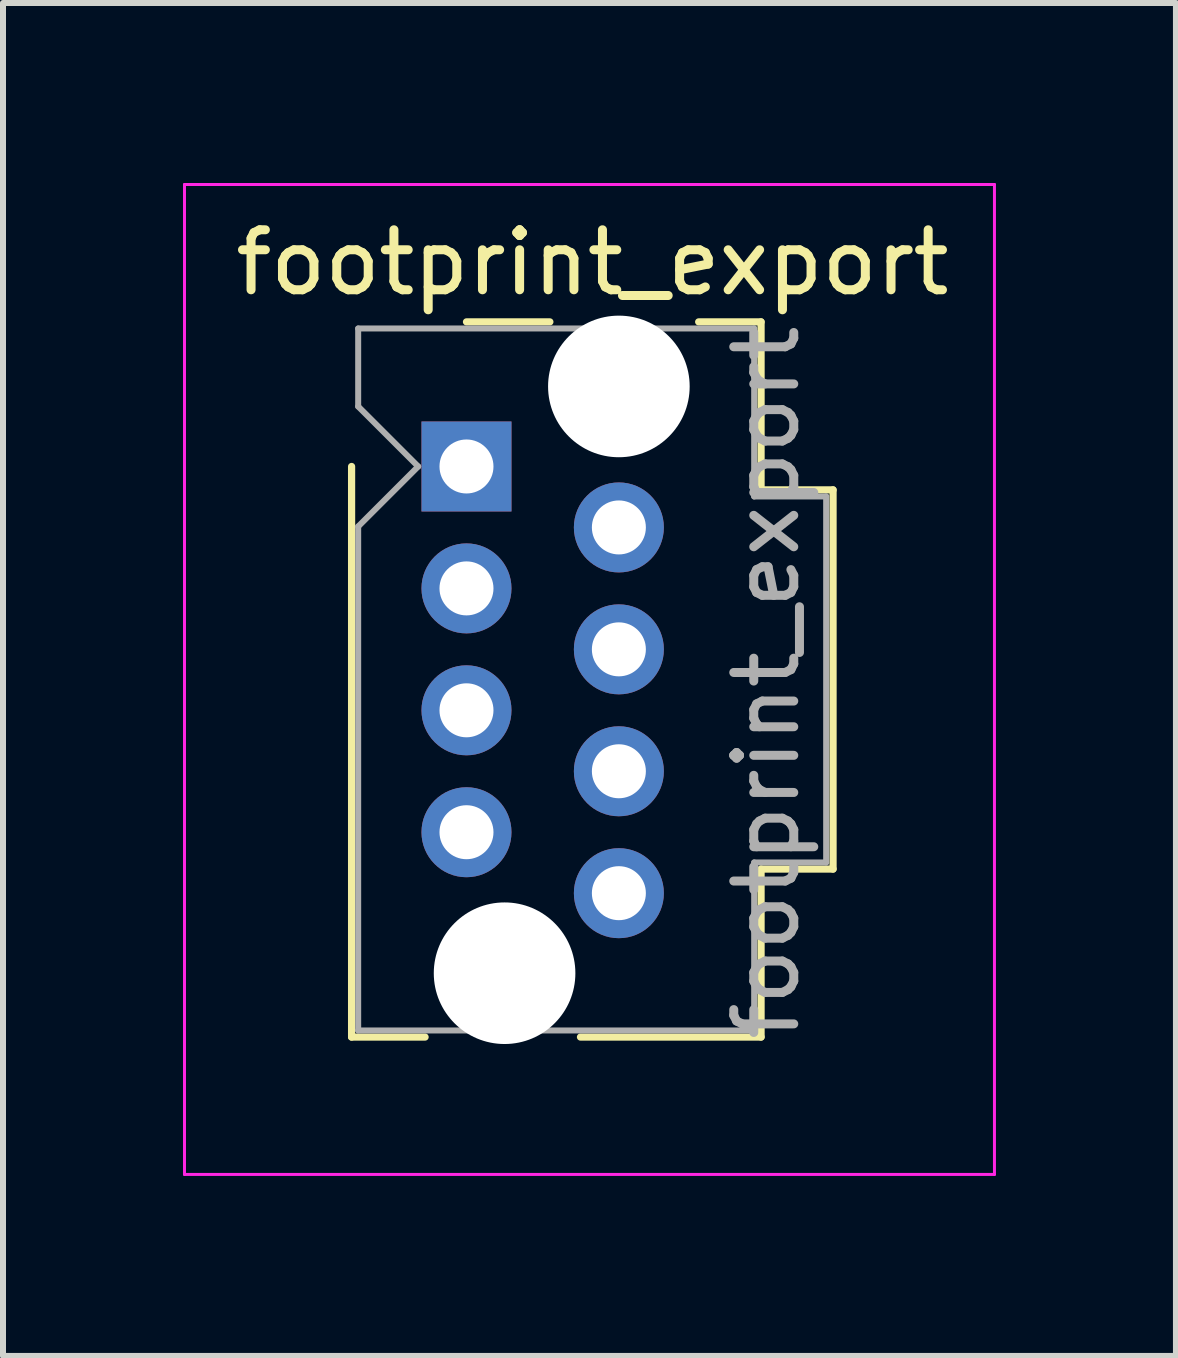
<source format=kicad_pcb>
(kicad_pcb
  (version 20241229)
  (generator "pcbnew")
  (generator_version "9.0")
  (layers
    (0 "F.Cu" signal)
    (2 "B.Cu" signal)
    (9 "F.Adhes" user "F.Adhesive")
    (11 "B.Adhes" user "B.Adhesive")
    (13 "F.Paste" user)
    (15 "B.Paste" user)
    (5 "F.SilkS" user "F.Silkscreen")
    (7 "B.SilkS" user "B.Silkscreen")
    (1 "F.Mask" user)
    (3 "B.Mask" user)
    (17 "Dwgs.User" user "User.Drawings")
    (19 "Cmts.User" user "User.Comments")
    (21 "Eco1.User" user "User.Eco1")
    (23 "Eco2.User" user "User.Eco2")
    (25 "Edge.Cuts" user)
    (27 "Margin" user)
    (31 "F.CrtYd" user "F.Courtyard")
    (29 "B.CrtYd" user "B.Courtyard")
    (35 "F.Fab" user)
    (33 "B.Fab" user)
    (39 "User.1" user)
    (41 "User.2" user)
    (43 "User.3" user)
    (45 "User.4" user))
  (footprint "footprint_export"
    (layer "F.Cu")
    (at 4.725 4.725)
    (property "Reference" "footprint_export" (at 2.1 -3.4 0) (layer "F.SilkS") (effects (font (size 1 1) (thickness 0.15))))
    (attr through_hole)
    (fp_line (start -1.915 9.51) (end -1.915 0) (stroke (width 0.12) (type solid)) (layer "F.SilkS"))
    (fp_line (start -1.915 9.51) (end -0.69 9.51) (stroke (width 0.12) (type solid)) (layer "F.SilkS"))
    (fp_line (start 1.39 -2.41) (end 0 -2.41) (stroke (width 0.12) (type solid)) (layer "F.SilkS"))
    (fp_line (start 4.91 -2.41) (end 3.87 -2.41) (stroke (width 0.12) (type solid)) (layer "F.SilkS"))
    (fp_line (start 4.91 -2.41) (end 4.91 0.39) (stroke (width 0.12) (type solid)) (layer "F.SilkS"))
    (fp_line (start 4.91 0.39) (end 6.11 0.39) (stroke (width 0.12) (type solid)) (layer "F.SilkS"))
    (fp_line (start 4.91 6.71) (end 4.91 9.51) (stroke (width 0.12) (type solid)) (layer "F.SilkS"))
    (fp_line (start 4.91 9.51) (end 1.9 9.51) (stroke (width 0.12) (type solid)) (layer "F.SilkS"))
    (fp_line (start 6.11 0.39) (end 6.11 6.71) (stroke (width 0.12) (type solid)) (layer "F.SilkS"))
    (fp_line (start 6.11 6.71) (end 4.91 6.71) (stroke (width 0.12) (type solid)) (layer "F.SilkS"))
    (fp_line (start -4.7 -4.7) (end -4.7 11.8) (stroke (width 0.05) (type solid)) (layer "F.CrtYd"))
    (fp_line (start -4.7 11.8) (end 8.8 11.8) (stroke (width 0.05) (type solid)) (layer "F.CrtYd"))
    (fp_line (start 8.8 -4.7) (end -4.7 -4.7) (stroke (width 0.05) (type solid)) (layer "F.CrtYd"))
    (fp_line (start 8.8 11.8) (end 8.8 -4.7) (stroke (width 0.05) (type solid)) (layer "F.CrtYd"))
    (fp_line (start -1.805 -2.3) (end 4.795 -2.3) (stroke (width 0.1) (type solid)) (layer "F.Fab"))
    (fp_line (start -1.805 -1) (end -1.805 -2.3) (stroke (width 0.1) (type solid)) (layer "F.Fab"))
    (fp_line (start -1.805 1) (end -0.805 0) (stroke (width 0.1) (type solid)) (layer "F.Fab"))
    (fp_line (start -1.805 9.4) (end -1.805 1) (stroke (width 0.1) (type solid)) (layer "F.Fab"))
    (fp_line (start -0.805 0) (end -1.805 -1) (stroke (width 0.1) (type solid)) (layer "F.Fab"))
    (fp_line (start 4.795 -2.3) (end 4.795 0.5) (stroke (width 0.1) (type solid)) (layer "F.Fab"))
    (fp_line (start 4.795 0.5) (end 5.995 0.5) (stroke (width 0.1) (type solid)) (layer "F.Fab"))
    (fp_line (start 4.795 6.6) (end 4.795 9.4) (stroke (width 0.1) (type solid)) (layer "F.Fab"))
    (fp_line (start 4.795 9.4) (end -1.805 9.4) (stroke (width 0.1) (type solid)) (layer "F.Fab"))
    (fp_line (start 5.995 0.5) (end 5.995 6.6) (stroke (width 0.1) (type solid)) (layer "F.Fab"))
    (fp_line (start 5.995 6.6) (end 4.795 6.6) (stroke (width 0.1) (type solid)) (layer "F.Fab"))
    (fp_text user "${REFERENCE}" (at 5 3.6 90) (layer "F.Fab") (effects (font (size 1 1) (thickness 0.15))))
    (pad "" np_thru_hole circle (at 0.635 8.446 270) (size 2.36 2.36) (drill 2.36) (layers "*.Cu" "*.Mask"))
    (pad "" np_thru_hole circle (at 2.54 -1.334 270) (size 2.36 2.36) (drill 2.36) (layers "*.Cu" "*.Mask"))
    (pad "1" thru_hole rect (at 0 0 270) (size 1.5 1.5) (drill 0.9) (layers "*.Cu" "*.Mask"))
    (pad "2" thru_hole circle (at 2.54 1.016 270) (size 1.5 1.5) (drill 0.9) (layers "*.Cu" "*.Mask"))
    (pad "3" thru_hole circle (at 0 2.032 270) (size 1.5 1.5) (drill 0.9) (layers "*.Cu" "*.Mask"))
    (pad "4" thru_hole circle (at 2.54 3.048 270) (size 1.5 1.5) (drill 0.9) (layers "*.Cu" "*.Mask"))
    (pad "5" thru_hole circle (at 0 4.064 270) (size 1.5 1.5) (drill 0.9) (layers "*.Cu" "*.Mask"))
    (pad "6" thru_hole circle (at 2.54 5.08 270) (size 1.5 1.5) (drill 0.9) (layers "*.Cu" "*.Mask"))
    (pad "7" thru_hole circle (at 0 6.096 270) (size 1.5 1.5) (drill 0.9) (layers "*.Cu" "*.Mask"))
    (pad "8" thru_hole circle (at 2.54 7.112 270) (size 1.5 1.5) (drill 0.9) (layers "*.Cu" "*.Mask")))
  (gr_rect
    (start -3 -3)
    (end 16.55 19.55)
    (stroke (width 0.1) (type default))
    (fill no)
    (layer "Edge.Cuts")))
</source>
